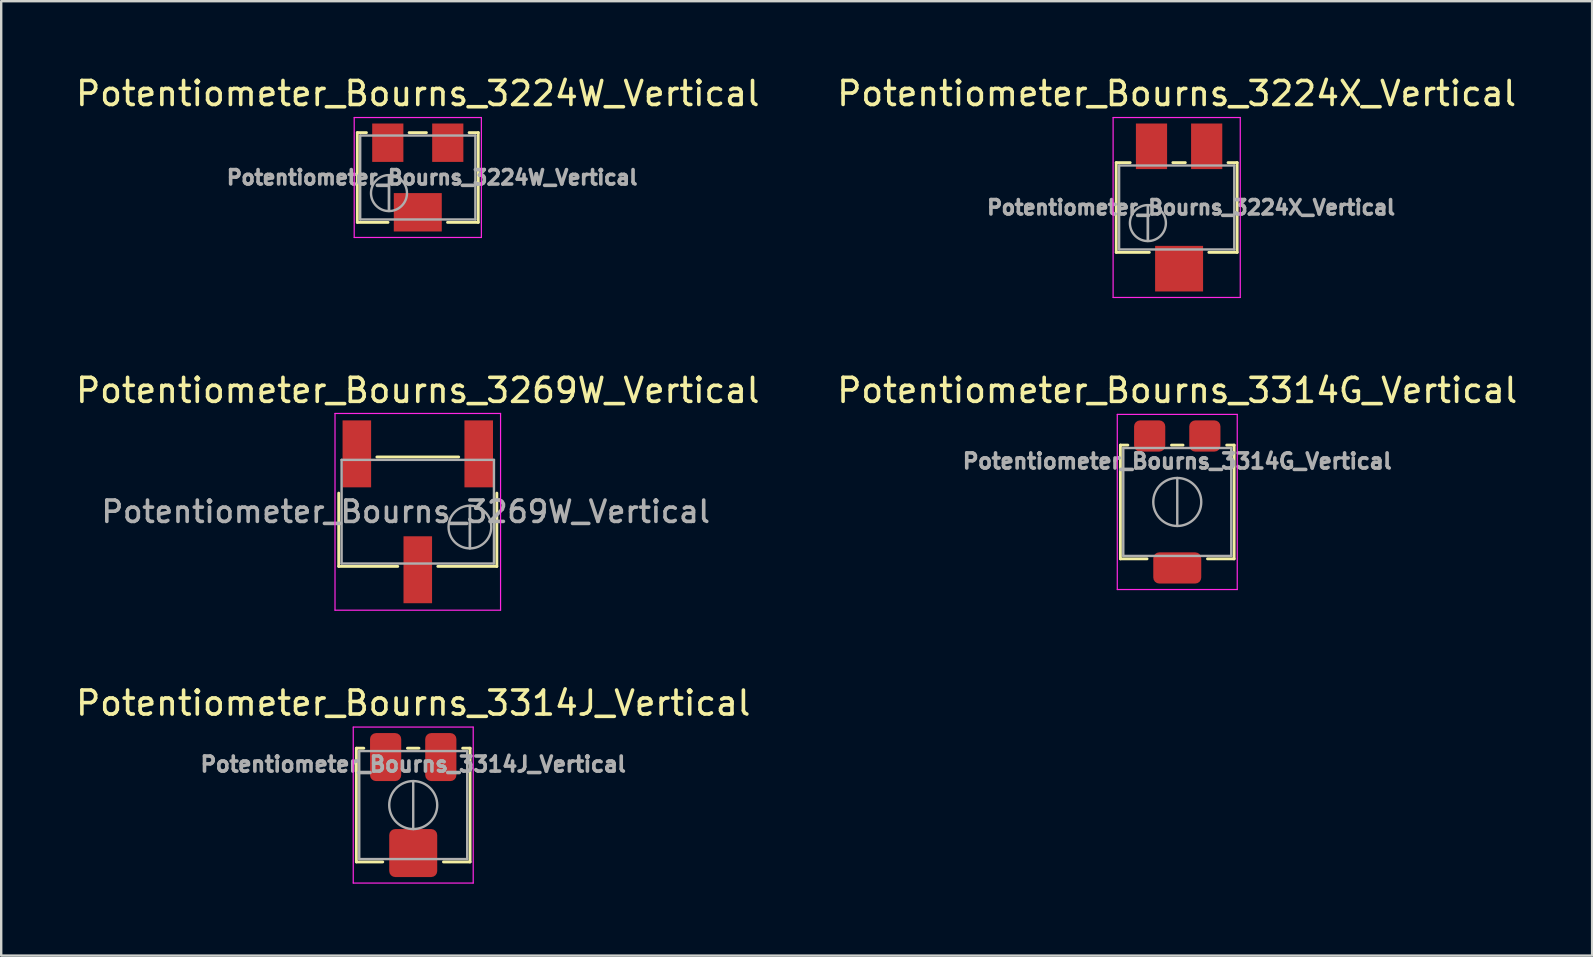
<source format=kicad_pcb>
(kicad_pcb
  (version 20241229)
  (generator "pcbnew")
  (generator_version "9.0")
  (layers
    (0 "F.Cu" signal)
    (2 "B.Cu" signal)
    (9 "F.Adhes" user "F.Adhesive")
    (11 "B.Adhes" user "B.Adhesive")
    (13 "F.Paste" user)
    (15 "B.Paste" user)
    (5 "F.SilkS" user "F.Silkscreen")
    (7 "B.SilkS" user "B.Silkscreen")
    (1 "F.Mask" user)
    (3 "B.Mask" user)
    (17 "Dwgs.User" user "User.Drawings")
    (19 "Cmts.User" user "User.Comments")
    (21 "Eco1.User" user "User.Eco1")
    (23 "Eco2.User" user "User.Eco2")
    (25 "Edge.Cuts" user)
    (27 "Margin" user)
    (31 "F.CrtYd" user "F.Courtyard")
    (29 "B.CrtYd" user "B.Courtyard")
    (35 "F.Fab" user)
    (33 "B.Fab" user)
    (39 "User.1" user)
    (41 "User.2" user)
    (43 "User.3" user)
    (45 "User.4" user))
  (footprint "Potentiometer_Bourns_3314G_Vertical"
    (layer "F.Cu")
    (at 46.018 17.872)
    (property "Reference" "Potentiometer_Bourns_3314G_Vertical" (at 0 -4.65 0) (layer "F.SilkS") (effects (font (size 1 1) (thickness 0.15))))
    (attr smd)
    (fp_line (start -2.37 -2.37) (end -2.37 2.37) (stroke (width 0.12) (type solid)) (layer "F.SilkS"))
    (fp_line (start -2.37 -2.37) (end -2.06 -2.37) (stroke (width 0.12) (type solid)) (layer "F.SilkS"))
    (fp_line (start -2.37 2.37) (end -1.26 2.37) (stroke (width 0.12) (type solid)) (layer "F.SilkS"))
    (fp_line (start -0.24 -2.37) (end 0.24 -2.37) (stroke (width 0.12) (type solid)) (layer "F.SilkS"))
    (fp_line (start 1.26 2.37) (end 2.37 2.37) (stroke (width 0.12) (type solid)) (layer "F.SilkS"))
    (fp_line (start 2.06 -2.37) (end 2.37 -2.37) (stroke (width 0.12) (type solid)) (layer "F.SilkS"))
    (fp_line (start 2.37 -2.37) (end 2.37 2.37) (stroke (width 0.12) (type solid)) (layer "F.SilkS"))
    (fp_line (start -2.5 -3.65) (end -2.5 3.65) (stroke (width 0.05) (type solid)) (layer "F.CrtYd"))
    (fp_line (start -2.5 3.65) (end 2.5 3.65) (stroke (width 0.05) (type solid)) (layer "F.CrtYd"))
    (fp_line (start 2.5 -3.65) (end -2.5 -3.65) (stroke (width 0.05) (type solid)) (layer "F.CrtYd"))
    (fp_line (start 2.5 3.65) (end 2.5 -3.65) (stroke (width 0.05) (type solid)) (layer "F.CrtYd"))
    (fp_line (start -2.25 -2.25) (end -2.25 2.25) (stroke (width 0.1) (type solid)) (layer "F.Fab"))
    (fp_line (start -2.25 2.25) (end 2.25 2.25) (stroke (width 0.1) (type solid)) (layer "F.Fab"))
    (fp_line (start 0 1) (end 0 -1) (stroke (width 0.1) (type solid)) (layer "F.Fab"))
    (fp_line (start 2.25 -2.25) (end -2.25 -2.25) (stroke (width 0.1) (type solid)) (layer "F.Fab"))
    (fp_line (start 2.25 2.25) (end 2.25 -2.25) (stroke (width 0.1) (type solid)) (layer "F.Fab"))
    (fp_circle (center 0 0) (end 1 0) (stroke (width 0.1) (type solid)) (fill no) (layer "F.Fab"))
    (fp_text user "${REFERENCE}" (at 0 -1.7 0) (layer "F.Fab") (effects (font (size 0.63 0.63) (thickness 0.15))))
    (pad "1" smd roundrect (at -1.15 -2.75) (size 1.3 1.3) (layers "F.Cu" "F.Mask" "F.Paste") (roundrect_rratio 0.192))
    (pad "2" smd roundrect (at 0 2.75) (size 2 1.3) (layers "F.Cu" "F.Mask" "F.Paste") (roundrect_rratio 0.192))
    (pad "3" smd roundrect (at 1.15 -2.75) (size 1.3 1.3) (layers "F.Cu" "F.Mask" "F.Paste") (roundrect_rratio 0.192)))
  (footprint "Potentiometer_Bourns_3269W_Vertical"
    (layer "F.Cu")
    (at 14.363 18.282)
    (property "Reference" "Potentiometer_Bourns_3269W_Vertical" (at 0 -5.06 0) (layer "F.SilkS") (effects (font (size 1 1) (thickness 0.15))))
    (attr smd)
    (fp_line (start -3.295 -0.779) (end -3.295 2.275) (stroke (width 0.12) (type solid)) (layer "F.SilkS"))
    (fp_line (start -3.295 2.275) (end -0.835 2.275) (stroke (width 0.12) (type solid)) (layer "F.SilkS"))
    (fp_line (start -1.705 -2.285) (end 1.705 -2.285) (stroke (width 0.12) (type solid)) (layer "F.SilkS"))
    (fp_line (start 0.835 2.275) (end 3.295 2.275) (stroke (width 0.12) (type solid)) (layer "F.SilkS"))
    (fp_line (start 3.295 -0.779) (end 3.295 2.275) (stroke (width 0.12) (type solid)) (layer "F.SilkS"))
    (fp_line (start -3.45 -4.1) (end -3.45 4.1) (stroke (width 0.05) (type solid)) (layer "F.CrtYd"))
    (fp_line (start -3.45 4.1) (end 3.45 4.1) (stroke (width 0.05) (type solid)) (layer "F.CrtYd"))
    (fp_line (start 3.45 -4.1) (end -3.45 -4.1) (stroke (width 0.05) (type solid)) (layer "F.CrtYd"))
    (fp_line (start 3.45 4.1) (end 3.45 -4.1) (stroke (width 0.05) (type solid)) (layer "F.CrtYd"))
    (fp_line (start -3.175 -2.165) (end -3.175 2.155) (stroke (width 0.1) (type solid)) (layer "F.Fab"))
    (fp_line (start -3.175 2.155) (end 3.175 2.155) (stroke (width 0.1) (type solid)) (layer "F.Fab"))
    (fp_line (start 2.173 1.517) (end 2.174 -0.246) (stroke (width 0.1) (type solid)) (layer "F.Fab"))
    (fp_line (start 2.173 1.517) (end 2.174 -0.246) (stroke (width 0.1) (type solid)) (layer "F.Fab"))
    (fp_line (start 3.175 -2.165) (end -3.175 -2.165) (stroke (width 0.1) (type solid)) (layer "F.Fab"))
    (fp_line (start 3.175 2.155) (end 3.175 -2.165) (stroke (width 0.1) (type solid)) (layer "F.Fab"))
    (fp_circle (center 2.173 0.635) (end 3.063 0.635) (stroke (width 0.1) (type solid)) (fill no) (layer "F.Fab"))
    (fp_text user "${REFERENCE}" (at -0.501 -0.005 0) (layer "F.Fab") (effects (font (size 0.89 0.89) (thickness 0.15))))
    (pad "1" smd rect (at 2.54 -2.415) (size 1.19 2.79) (layers "F.Cu" "F.Mask" "F.Paste"))
    (pad "2" smd rect (at 0 2.415) (size 1.19 2.79) (layers "F.Cu" "F.Mask" "F.Paste"))
    (pad "3" smd rect (at -2.54 -2.415) (size 1.19 2.79) (layers "F.Cu" "F.Mask" "F.Paste")))
  (footprint "Potentiometer_Bourns_3224X_Vertical"
    (layer "F.Cu")
    (at 46.094 5.598)
    (property "Reference" "Potentiometer_Bourns_3224X_Vertical" (at -0.1 -4.75 0) (layer "F.SilkS") (effects (font (size 1 1) (thickness 0.15))))
    (attr smd)
    (fp_line (start -2.62 -1.87) (end -2.62 1.87) (stroke (width 0.12) (type solid)) (layer "F.SilkS"))
    (fp_line (start -2.62 -1.87) (end -2.039 -1.87) (stroke (width 0.12) (type solid)) (layer "F.SilkS"))
    (fp_line (start -2.62 1.87) (end -1.24 1.87) (stroke (width 0.12) (type solid)) (layer "F.SilkS"))
    (fp_line (start -0.26 -1.87) (end 0.26 -1.87) (stroke (width 0.12) (type solid)) (layer "F.SilkS"))
    (fp_line (start 1.24 1.87) (end 2.42 1.87) (stroke (width 0.12) (type solid)) (layer "F.SilkS"))
    (fp_line (start 2.04 -1.87) (end 2.42 -1.87) (stroke (width 0.12) (type solid)) (layer "F.SilkS"))
    (fp_line (start 2.42 -1.87) (end 2.42 1.87) (stroke (width 0.12) (type solid)) (layer "F.SilkS"))
    (fp_line (start -2.75 -3.75) (end -2.75 3.75) (stroke (width 0.05) (type solid)) (layer "F.CrtYd"))
    (fp_line (start -2.75 3.75) (end 2.55 3.75) (stroke (width 0.05) (type solid)) (layer "F.CrtYd"))
    (fp_line (start 2.55 -3.75) (end -2.75 -3.75) (stroke (width 0.05) (type solid)) (layer "F.CrtYd"))
    (fp_line (start 2.55 3.75) (end 2.55 -3.75) (stroke (width 0.05) (type solid)) (layer "F.CrtYd"))
    (fp_line (start -2.5 -1.75) (end -2.5 1.75) (stroke (width 0.1) (type solid)) (layer "F.Fab"))
    (fp_line (start -2.5 1.75) (end 2.3 1.75) (stroke (width 0.1) (type solid)) (layer "F.Fab"))
    (fp_line (start -1.3 1.393) (end -1.299 -0.092) (stroke (width 0.1) (type solid)) (layer "F.Fab"))
    (fp_line (start -1.3 1.393) (end -1.299 -0.092) (stroke (width 0.1) (type solid)) (layer "F.Fab"))
    (fp_line (start 2.3 -1.75) (end -2.5 -1.75) (stroke (width 0.1) (type solid)) (layer "F.Fab"))
    (fp_line (start 2.3 1.75) (end 2.3 -1.75) (stroke (width 0.1) (type solid)) (layer "F.Fab"))
    (fp_circle (center -1.3 0.65) (end -0.55 0.65) (stroke (width 0.1) (type solid)) (fill no) (layer "F.Fab"))
    (fp_text user "${REFERENCE}" (at 0.5 0 0) (layer "F.Fab") (effects (font (size 0.6 0.6) (thickness 0.15))))
    (pad "1" smd rect (at 1.15 -2.55) (size 1.3 1.9) (layers "F.Cu" "F.Mask" "F.Paste"))
    (pad "2" smd rect (at 0 2.55) (size 2 1.9) (layers "F.Cu" "F.Mask" "F.Paste"))
    (pad "3" smd rect (at -1.15 -2.55) (size 1.3 1.9) (layers "F.Cu" "F.Mask" "F.Paste")))
  (footprint "Potentiometer_Bourns_3314J_Vertical"
    (layer "F.Cu")
    (at 14.173 30.505)
    (property "Reference" "Potentiometer_Bourns_3314J_Vertical" (at 0 -4.25 0) (layer "F.SilkS") (effects (font (size 1 1) (thickness 0.15))))
    (attr smd)
    (fp_line (start -2.37 -2.37) (end -2.37 2.37) (stroke (width 0.12) (type solid)) (layer "F.SilkS"))
    (fp_line (start -2.37 -2.37) (end -2.06 -2.37) (stroke (width 0.12) (type solid)) (layer "F.SilkS"))
    (fp_line (start -2.37 2.37) (end -1.27 2.37) (stroke (width 0.12) (type solid)) (layer "F.SilkS"))
    (fp_line (start -0.24 -2.37) (end 0.24 -2.37) (stroke (width 0.12) (type solid)) (layer "F.SilkS"))
    (fp_line (start 1.26 2.37) (end 2.37 2.37) (stroke (width 0.12) (type solid)) (layer "F.SilkS"))
    (fp_line (start 2.06 -2.37) (end 2.37 -2.37) (stroke (width 0.12) (type solid)) (layer "F.SilkS"))
    (fp_line (start 2.37 -2.37) (end 2.37 2.37) (stroke (width 0.12) (type solid)) (layer "F.SilkS"))
    (fp_line (start -2.5 -3.25) (end -2.5 3.25) (stroke (width 0.05) (type solid)) (layer "F.CrtYd"))
    (fp_line (start -2.5 3.25) (end 2.5 3.25) (stroke (width 0.05) (type solid)) (layer "F.CrtYd"))
    (fp_line (start 2.5 -3.25) (end -2.5 -3.25) (stroke (width 0.05) (type solid)) (layer "F.CrtYd"))
    (fp_line (start 2.5 3.25) (end 2.5 -3.25) (stroke (width 0.05) (type solid)) (layer "F.CrtYd"))
    (fp_line (start -2.25 -2.25) (end -2.25 2.25) (stroke (width 0.1) (type solid)) (layer "F.Fab"))
    (fp_line (start -2.25 2.25) (end 2.25 2.25) (stroke (width 0.1) (type solid)) (layer "F.Fab"))
    (fp_line (start 0 1) (end 0 -1) (stroke (width 0.1) (type solid)) (layer "F.Fab"))
    (fp_line (start 2.25 -2.25) (end -2.25 -2.25) (stroke (width 0.1) (type solid)) (layer "F.Fab"))
    (fp_line (start 2.25 2.25) (end 2.25 -2.25) (stroke (width 0.1) (type solid)) (layer "F.Fab"))
    (fp_circle (center 0 0) (end 1 0) (stroke (width 0.1) (type solid)) (fill no) (layer "F.Fab"))
    (fp_text user "${REFERENCE}" (at 0 -1.7 0) (layer "F.Fab") (effects (font (size 0.63 0.63) (thickness 0.15))))
    (pad "1" smd roundrect (at -1.15 -2) (size 1.3 2) (layers "F.Cu" "F.Mask" "F.Paste") (roundrect_rratio 0.192))
    (pad "2" smd roundrect (at 0 2) (size 2 2) (layers "F.Cu" "F.Mask" "F.Paste") (roundrect_rratio 0.125))
    (pad "3" smd roundrect (at 1.15 -2) (size 1.3 2) (layers "F.Cu" "F.Mask" "F.Paste") (roundrect_rratio 0.192)))
  (footprint "Potentiometer_Bourns_3224W_Vertical"
    (layer "F.Cu")
    (at 14.363 4.348)
    (property "Reference" "Potentiometer_Bourns_3224W_Vertical" (at 0 -3.5 0) (layer "F.SilkS") (effects (font (size 1 1) (thickness 0.15))))
    (attr smd)
    (fp_line (start -2.52 -1.87) (end -2.52 1.87) (stroke (width 0.12) (type solid)) (layer "F.SilkS"))
    (fp_line (start -2.52 -1.87) (end -2.14 -1.87) (stroke (width 0.12) (type solid)) (layer "F.SilkS"))
    (fp_line (start -2.52 1.87) (end -1.24 1.87) (stroke (width 0.12) (type solid)) (layer "F.SilkS"))
    (fp_line (start -0.36 -1.87) (end 0.36 -1.87) (stroke (width 0.12) (type solid)) (layer "F.SilkS"))
    (fp_line (start 1.24 1.87) (end 2.52 1.87) (stroke (width 0.12) (type solid)) (layer "F.SilkS"))
    (fp_line (start 2.14 -1.87) (end 2.52 -1.87) (stroke (width 0.12) (type solid)) (layer "F.SilkS"))
    (fp_line (start 2.52 -1.87) (end 2.52 1.87) (stroke (width 0.12) (type solid)) (layer "F.SilkS"))
    (fp_line (start -2.65 -2.5) (end -2.65 2.5) (stroke (width 0.05) (type solid)) (layer "F.CrtYd"))
    (fp_line (start -2.65 2.5) (end 2.65 2.5) (stroke (width 0.05) (type solid)) (layer "F.CrtYd"))
    (fp_line (start 2.65 -2.5) (end -2.65 -2.5) (stroke (width 0.05) (type solid)) (layer "F.CrtYd"))
    (fp_line (start 2.65 2.5) (end 2.65 -2.5) (stroke (width 0.05) (type solid)) (layer "F.CrtYd"))
    (fp_line (start -2.4 -1.75) (end -2.4 1.75) (stroke (width 0.1) (type solid)) (layer "F.Fab"))
    (fp_line (start -2.4 1.75) (end 2.4 1.75) (stroke (width 0.1) (type solid)) (layer "F.Fab"))
    (fp_line (start -1.2 1.393) (end -1.199 -0.092) (stroke (width 0.1) (type solid)) (layer "F.Fab"))
    (fp_line (start -1.2 1.393) (end -1.199 -0.092) (stroke (width 0.1) (type solid)) (layer "F.Fab"))
    (fp_line (start 2.4 -1.75) (end -2.4 -1.75) (stroke (width 0.1) (type solid)) (layer "F.Fab"))
    (fp_line (start 2.4 1.75) (end 2.4 -1.75) (stroke (width 0.1) (type solid)) (layer "F.Fab"))
    (fp_circle (center -1.2 0.65) (end -0.45 0.65) (stroke (width 0.1) (type solid)) (fill no) (layer "F.Fab"))
    (fp_text user "${REFERENCE}" (at 0.6 0 0) (layer "F.Fab") (effects (font (size 0.6 0.6) (thickness 0.15))))
    (pad "1" smd rect (at 1.25 -1.45) (size 1.3 1.6) (layers "F.Cu" "F.Mask" "F.Paste"))
    (pad "2" smd rect (at 0 1.45) (size 2 1.6) (layers "F.Cu" "F.Mask" "F.Paste"))
    (pad "3" smd rect (at -1.25 -1.45) (size 1.3 1.6) (layers "F.Cu" "F.Mask" "F.Paste")))
  (gr_rect
    (start -3 -3)
    (end 63.31 36.78)
    (stroke (width 0.1) (type default))
    (fill no)
    (layer "Edge.Cuts")))
</source>
